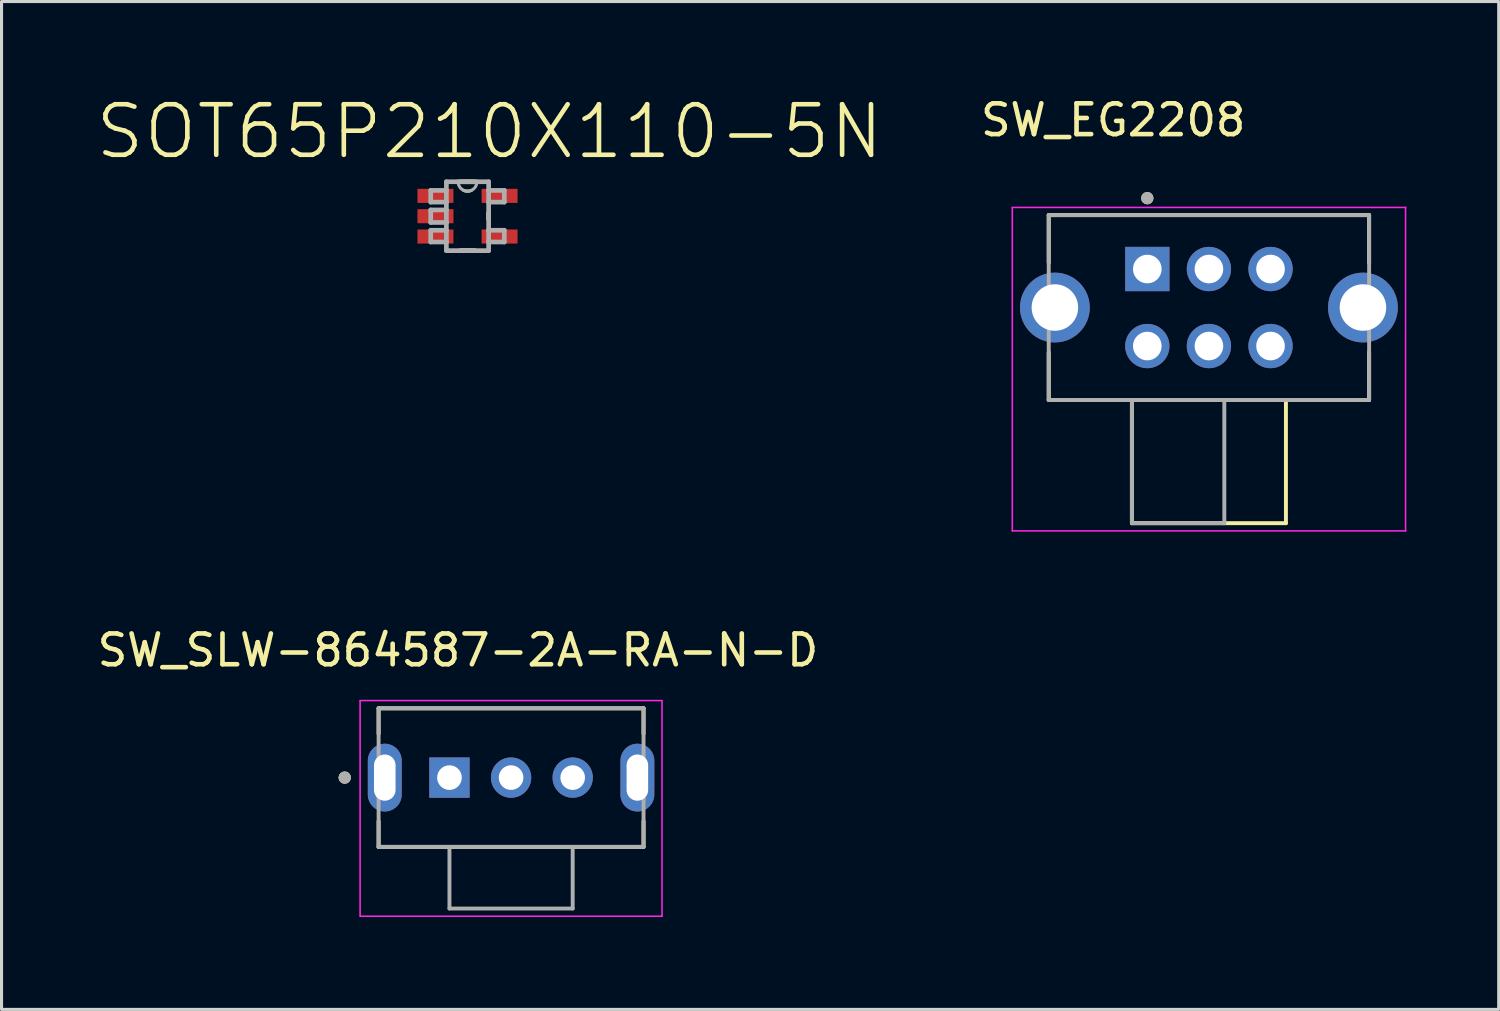
<source format=kicad_pcb>
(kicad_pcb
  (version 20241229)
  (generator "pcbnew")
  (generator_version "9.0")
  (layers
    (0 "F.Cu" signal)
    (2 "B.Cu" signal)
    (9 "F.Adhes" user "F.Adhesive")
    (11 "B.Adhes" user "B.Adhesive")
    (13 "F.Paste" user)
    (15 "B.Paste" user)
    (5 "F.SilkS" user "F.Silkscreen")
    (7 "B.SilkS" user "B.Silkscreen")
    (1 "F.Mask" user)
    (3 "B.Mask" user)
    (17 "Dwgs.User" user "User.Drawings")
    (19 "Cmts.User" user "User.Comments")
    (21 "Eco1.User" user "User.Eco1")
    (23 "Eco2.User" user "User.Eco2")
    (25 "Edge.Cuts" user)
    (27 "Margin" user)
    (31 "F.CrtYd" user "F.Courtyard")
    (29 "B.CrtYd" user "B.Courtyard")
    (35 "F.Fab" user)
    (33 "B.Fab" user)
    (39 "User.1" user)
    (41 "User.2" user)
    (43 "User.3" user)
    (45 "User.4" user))
  (footprint "SOT65P210X110-5N"
    (layer "F.Cu")
    (at 12.126 3.968)
    (property "Reference" "SOT65P210X110-5N" (at 0.712 -2.745 0) (layer "F.SilkS") (effects (font (size 1.641 1.641) (thickness 0.15))))
    (attr smd)
    (fp_line (start -0.229 1.118) (end 0.229 1.118) (stroke (width 0.152) (type solid)) (layer "F.SilkS"))
    (fp_line (start 0.229 -1.118) (end -0.229 -1.118) (stroke (width 0.152) (type solid)) (layer "F.SilkS"))
    (fp_line (start 0.686 0.102) (end 0.686 -0.102) (stroke (width 0.152) (type solid)) (layer "F.SilkS"))
    (fp_arc (start 0.127 -0.8382) (mid 0 -0.810626) (end -0.127 -0.8382) (stroke (width 0.1) (type solid)) (layer "F.SilkS"))
    (fp_line (start -1.194 -0.838) (end -1.194 -0.457) (stroke (width 0.152) (type solid)) (layer "F.Fab"))
    (fp_line (start -1.194 -0.457) (end -0.686 -0.457) (stroke (width 0.152) (type solid)) (layer "F.Fab"))
    (fp_line (start -1.194 -0.203) (end -1.194 0.203) (stroke (width 0.152) (type solid)) (layer "F.Fab"))
    (fp_line (start -1.194 0.203) (end -0.686 0.203) (stroke (width 0.152) (type solid)) (layer "F.Fab"))
    (fp_line (start -1.194 0.457) (end -1.194 0.838) (stroke (width 0.152) (type solid)) (layer "F.Fab"))
    (fp_line (start -1.194 0.838) (end -0.686 0.838) (stroke (width 0.152) (type solid)) (layer "F.Fab"))
    (fp_line (start -0.686 -1.118) (end -0.686 -0.838) (stroke (width 0.152) (type solid)) (layer "F.Fab"))
    (fp_line (start -0.686 -0.838) (end -1.194 -0.838) (stroke (width 0.152) (type solid)) (layer "F.Fab"))
    (fp_line (start -0.686 -0.838) (end -0.686 -0.457) (stroke (width 0.152) (type solid)) (layer "F.Fab"))
    (fp_line (start -0.686 -0.457) (end -0.686 -0.203) (stroke (width 0.152) (type solid)) (layer "F.Fab"))
    (fp_line (start -0.686 -0.203) (end -1.194 -0.203) (stroke (width 0.152) (type solid)) (layer "F.Fab"))
    (fp_line (start -0.686 -0.203) (end -0.686 0.203) (stroke (width 0.152) (type solid)) (layer "F.Fab"))
    (fp_line (start -0.686 0.203) (end -0.686 0.457) (stroke (width 0.152) (type solid)) (layer "F.Fab"))
    (fp_line (start -0.686 0.457) (end -1.194 0.457) (stroke (width 0.152) (type solid)) (layer "F.Fab"))
    (fp_line (start -0.686 0.838) (end -0.686 0.457) (stroke (width 0.152) (type solid)) (layer "F.Fab"))
    (fp_line (start -0.686 1.118) (end -0.686 0.838) (stroke (width 0.152) (type solid)) (layer "F.Fab"))
    (fp_line (start -0.686 1.118) (end 0.686 1.118) (stroke (width 0.152) (type solid)) (layer "F.Fab"))
    (fp_line (start -0.305 -1.118) (end -0.686 -1.118) (stroke (width 0.152) (type solid)) (layer "F.Fab"))
    (fp_line (start 0.305 -1.118) (end -0.305 -1.118) (stroke (width 0.152) (type solid)) (layer "F.Fab"))
    (fp_line (start 0.686 -1.118) (end 0.305 -1.118) (stroke (width 0.152) (type solid)) (layer "F.Fab"))
    (fp_line (start 0.686 -1.118) (end 0.686 -0.838) (stroke (width 0.152) (type solid)) (layer "F.Fab"))
    (fp_line (start 0.686 -0.838) (end 0.686 -0.457) (stroke (width 0.152) (type solid)) (layer "F.Fab"))
    (fp_line (start 0.686 -0.457) (end 1.194 -0.457) (stroke (width 0.152) (type solid)) (layer "F.Fab"))
    (fp_line (start 0.686 0.457) (end 0.686 -0.457) (stroke (width 0.152) (type solid)) (layer "F.Fab"))
    (fp_line (start 0.686 0.838) (end 0.686 0.457) (stroke (width 0.152) (type solid)) (layer "F.Fab"))
    (fp_line (start 0.686 0.838) (end 1.194 0.838) (stroke (width 0.152) (type solid)) (layer "F.Fab"))
    (fp_line (start 0.686 1.118) (end 0.686 0.838) (stroke (width 0.152) (type solid)) (layer "F.Fab"))
    (fp_line (start 1.194 -0.838) (end 0.686 -0.838) (stroke (width 0.152) (type solid)) (layer "F.Fab"))
    (fp_line (start 1.194 -0.457) (end 1.194 -0.838) (stroke (width 0.152) (type solid)) (layer "F.Fab"))
    (fp_line (start 1.194 0.457) (end 0.686 0.457) (stroke (width 0.152) (type solid)) (layer "F.Fab"))
    (fp_line (start 1.194 0.838) (end 1.194 0.457) (stroke (width 0.152) (type solid)) (layer "F.Fab"))
    (fp_arc (start 0.3048 -1.1176) (mid 0 -0.8128) (end -0.3048 -1.1176) (stroke (width 0.1) (type solid)) (layer "F.Fab"))
    (pad "1" smd rect (at -1.041 -0.66) (size 1.168 0.457) (layers "F.Cu" "F.Mask" "F.Paste"))
    (pad "2" smd rect (at -1.041 0) (size 1.168 0.457) (layers "F.Cu" "F.Mask" "F.Paste"))
    (pad "3" smd rect (at -1.041 0.66) (size 1.168 0.457) (layers "F.Cu" "F.Mask" "F.Paste"))
    (pad "4" smd rect (at 1.041 0.66) (size 1.168 0.457) (layers "F.Cu" "F.Mask" "F.Paste"))
    (pad "5" smd rect (at 1.041 -0.66) (size 1.168 0.457) (layers "F.Cu" "F.Mask" "F.Paste")))
  (footprint "SW_SLW-864587-2A-RA-N-D"
    (layer "F.Cu")
    (at 13.54 22.192)
    (property "Reference" "SW_SLW-864587-2A-RA-N-D" (at -1.725 -4.135 0) (layer "F.SilkS") (effects (font (size 1 1) (thickness 0.15))))
    (attr through_hole)
    (fp_line (start -4.3 -2.25) (end -4.3 -1.42) (stroke (width 0.127) (type solid)) (layer "F.SilkS"))
    (fp_line (start -4.3 2.25) (end -4.3 1.42) (stroke (width 0.127) (type solid)) (layer "F.SilkS"))
    (fp_line (start -4.3 2.25) (end -2 2.25) (stroke (width 0.127) (type solid)) (layer "F.SilkS"))
    (fp_line (start -2 2.25) (end 2 2.25) (stroke (width 0.127) (type solid)) (layer "F.SilkS"))
    (fp_line (start 2 2.25) (end 4.3 2.25) (stroke (width 0.127) (type solid)) (layer "F.SilkS"))
    (fp_line (start 4.3 -2.25) (end -4.3 -2.25) (stroke (width 0.127) (type solid)) (layer "F.SilkS"))
    (fp_line (start 4.3 -1.42) (end 4.3 -2.25) (stroke (width 0.127) (type solid)) (layer "F.SilkS"))
    (fp_line (start 4.3 2.25) (end 4.3 1.42) (stroke (width 0.127) (type solid)) (layer "F.SilkS"))
    (fp_circle (center -5.4 0) (end -5.3 0) (stroke (width 0.2) (type solid)) (fill no) (layer "F.SilkS"))
    (fp_line (start -4.9 -2.5) (end -4.9 4.5) (stroke (width 0.05) (type solid)) (layer "F.CrtYd"))
    (fp_line (start -4.9 4.5) (end 4.9 4.5) (stroke (width 0.05) (type solid)) (layer "F.CrtYd"))
    (fp_line (start 4.9 -2.5) (end -4.9 -2.5) (stroke (width 0.05) (type solid)) (layer "F.CrtYd"))
    (fp_line (start 4.9 4.5) (end 4.9 -2.5) (stroke (width 0.05) (type solid)) (layer "F.CrtYd"))
    (fp_line (start -4.3 -2.25) (end -4.3 2.25) (stroke (width 0.127) (type solid)) (layer "F.Fab"))
    (fp_line (start -4.3 2.25) (end -2 2.25) (stroke (width 0.127) (type solid)) (layer "F.Fab"))
    (fp_line (start -2 2.25) (end -2 4.25) (stroke (width 0.127) (type solid)) (layer "F.Fab"))
    (fp_line (start -2 2.25) (end 2 2.25) (stroke (width 0.127) (type solid)) (layer "F.Fab"))
    (fp_line (start -2 4.25) (end 2 4.25) (stroke (width 0.127) (type solid)) (layer "F.Fab"))
    (fp_line (start 2 2.25) (end 4.3 2.25) (stroke (width 0.127) (type solid)) (layer "F.Fab"))
    (fp_line (start 2 4.25) (end 2 2.25) (stroke (width 0.127) (type solid)) (layer "F.Fab"))
    (fp_line (start 4.3 -2.25) (end -4.3 -2.25) (stroke (width 0.127) (type solid)) (layer "F.Fab"))
    (fp_line (start 4.3 2.25) (end 4.3 -2.25) (stroke (width 0.127) (type solid)) (layer "F.Fab"))
    (fp_circle (center -5.4 0) (end -5.3 0) (stroke (width 0.2) (type solid)) (fill no) (layer "F.Fab"))
    (pad "1" thru_hole rect (at -2 0) (size 1.308 1.308) (drill 0.8) (layers "*.Cu" "*.Mask"))
    (pad "2" thru_hole circle (at 0 0) (size 1.308 1.308) (drill 0.8) (layers "*.Cu" "*.Mask"))
    (pad "3" thru_hole circle (at 2 0) (size 1.308 1.308) (drill 0.8) (layers "*.Cu" "*.Mask"))
    (pad "SH1" thru_hole oval (at -4.1 0) (size 1.1 2.2) (drill oval 0.7 1.5) (layers "*.Cu" "*.Mask"))
    (pad "SH2" thru_hole oval (at 4.1 0) (size 1.1 2.2) (drill oval 0.7 1.5) (layers "*.Cu" "*.Mask")))
  (footprint "SW_EG2208"
    (layer "F.Cu")
    (at 36.193 6.933)
    (property "Reference" "SW_EG2208" (at -3.107 -6.085 0) (layer "F.SilkS") (effects (font (size 1 1) (thickness 0.15))))
    (attr through_hole)
    (fp_line (start -5.2 -3) (end -5.2 -1.452) (stroke (width 0.127) (type solid)) (layer "F.SilkS"))
    (fp_line (start -5.2 3) (end -5.2 1.452) (stroke (width 0.127) (type solid)) (layer "F.SilkS"))
    (fp_line (start -5.2 3) (end -2.5 3) (stroke (width 0.127) (type solid)) (layer "F.SilkS"))
    (fp_line (start -2.5 3) (end -2.5 7) (stroke (width 0.127) (type solid)) (layer "F.SilkS"))
    (fp_line (start -2.5 3) (end 2.5 3) (stroke (width 0.127) (type solid)) (layer "F.SilkS"))
    (fp_line (start -2.5 7) (end 2.5 7) (stroke (width 0.127) (type solid)) (layer "F.SilkS"))
    (fp_line (start 2.5 3) (end 5.2 3) (stroke (width 0.127) (type solid)) (layer "F.SilkS"))
    (fp_line (start 2.5 7) (end 2.5 3) (stroke (width 0.127) (type solid)) (layer "F.SilkS"))
    (fp_line (start 5.2 -3) (end -5.2 -3) (stroke (width 0.127) (type solid)) (layer "F.SilkS"))
    (fp_line (start 5.2 -1.452) (end 5.2 -3) (stroke (width 0.127) (type solid)) (layer "F.SilkS"))
    (fp_line (start 5.2 3) (end 5.2 1.452) (stroke (width 0.127) (type solid)) (layer "F.SilkS"))
    (fp_circle (center -2 -3.55) (end -1.9 -3.55) (stroke (width 0.2) (type solid)) (fill no) (layer "F.SilkS"))
    (fp_line (start -6.383 -3.25) (end -6.383 7.25) (stroke (width 0.05) (type solid)) (layer "F.CrtYd"))
    (fp_line (start -6.383 7.25) (end 6.383 7.25) (stroke (width 0.05) (type solid)) (layer "F.CrtYd"))
    (fp_line (start 6.383 -3.25) (end -6.383 -3.25) (stroke (width 0.05) (type solid)) (layer "F.CrtYd"))
    (fp_line (start 6.383 7.25) (end 6.383 -3.25) (stroke (width 0.05) (type solid)) (layer "F.CrtYd"))
    (fp_line (start -5.2 -3) (end -5.2 3) (stroke (width 0.127) (type solid)) (layer "F.Fab"))
    (fp_line (start -5.2 3) (end -2.5 3) (stroke (width 0.127) (type solid)) (layer "F.Fab"))
    (fp_line (start -2.5 3) (end -2.5 7) (stroke (width 0.127) (type solid)) (layer "F.Fab"))
    (fp_line (start -2.5 3) (end 0.5 3) (stroke (width 0.127) (type solid)) (layer "F.Fab"))
    (fp_line (start -2.5 7) (end 0.5 7) (stroke (width 0.127) (type solid)) (layer "F.Fab"))
    (fp_line (start 0.5 3) (end 5.2 3) (stroke (width 0.127) (type solid)) (layer "F.Fab"))
    (fp_line (start 0.5 7) (end 0.5 3) (stroke (width 0.127) (type solid)) (layer "F.Fab"))
    (fp_line (start 5.2 -3) (end -5.2 -3) (stroke (width 0.127) (type solid)) (layer "F.Fab"))
    (fp_line (start 5.2 3) (end 5.2 -3) (stroke (width 0.127) (type solid)) (layer "F.Fab"))
    (fp_circle (center -2 -3.55) (end -1.9 -3.55) (stroke (width 0.2) (type solid)) (fill no) (layer "F.Fab"))
    (pad "1" thru_hole rect (at -2 -1.25) (size 1.438 1.438) (drill 0.93) (layers "*.Cu" "*.Mask"))
    (pad "2" thru_hole circle (at 0 -1.25) (size 1.438 1.438) (drill 0.93) (layers "*.Cu" "*.Mask"))
    (pad "3" thru_hole circle (at 2 -1.25) (size 1.438 1.438) (drill 0.93) (layers "*.Cu" "*.Mask"))
    (pad "4" thru_hole circle (at -2 1.25) (size 1.438 1.438) (drill 0.93) (layers "*.Cu" "*.Mask"))
    (pad "5" thru_hole circle (at 0 1.25) (size 1.438 1.438) (drill 0.93) (layers "*.Cu" "*.Mask"))
    (pad "6" thru_hole circle (at 2 1.25) (size 1.438 1.438) (drill 0.93) (layers "*.Cu" "*.Mask"))
    (pad "S1" thru_hole circle (at -5 0) (size 2.265 2.265) (drill 1.51) (layers "*.Cu" "*.Mask"))
    (pad "S2" thru_hole circle (at 5 0) (size 2.265 2.265) (drill 1.51) (layers "*.Cu" "*.Mask")))
  (gr_rect
    (start -3 -3)
    (end 45.6 29.716)
    (stroke (width 0.1) (type default))
    (fill no)
    (layer "Edge.Cuts")))
</source>
